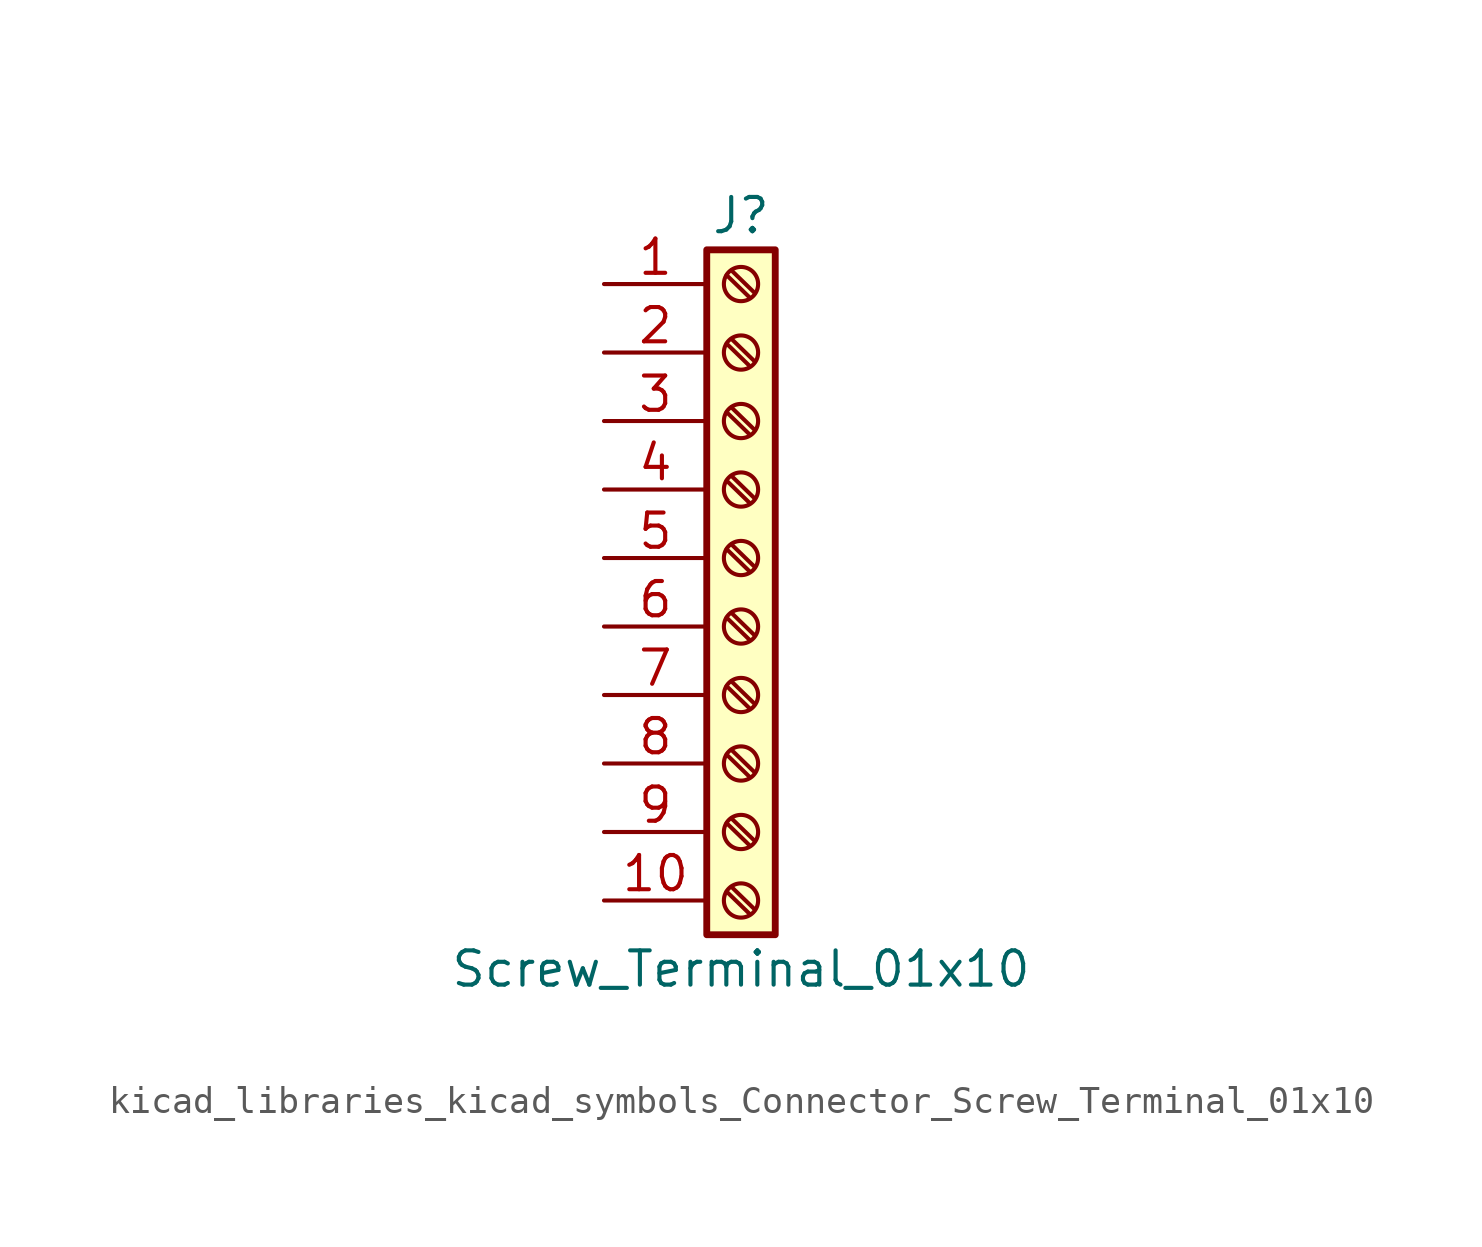
<source format=kicad_sym>
(kicad_symbol_lib
  (version 20220914)
  (generator kicad_symbol_editor)
  (symbol "kicad_libraries_kicad_symbols_Connector_Screw_Terminal_01x10"
    (pin_names
      (offset 1.016) hide)
    (property "Reference" "J"
      (at 0 12.7 0)
      (effects (font (size 1.27 1.27))))
    (property "Value" "Screw_Terminal_01x10"
      (at 0 -15.24 0)
      (effects (font (size 1.27 1.27))))
    (symbol "kicad_libraries_kicad_symbols_Connector_Screw_Terminal_01x10_1_1"
      (rectangle (start -1.27 11.43) (end 1.27 -13.97) (stroke (width 0.254) (type default)) (fill (type background)))
      (circle (center 0 -12.7) (radius 0.635) (stroke (width 0.152) (type default)) (fill (type none)))
      (circle (center 0 -10.16) (radius 0.635) (stroke (width 0.152) (type default)) (fill (type none)))
      (circle (center 0 -7.62) (radius 0.635) (stroke (width 0.152) (type default)) (fill (type none)))
      (circle (center 0 -5.08) (radius 0.635) (stroke (width 0.152) (type default)) (fill (type none)))
      (circle (center 0 -2.54) (radius 0.635) (stroke (width 0.152) (type default)) (fill (type none)))
      (polyline (pts (xy -0.533 -12.37) (xy 0.33 -13.208)) (stroke (width 0.152) (type default)) (fill (type none)))
      (polyline (pts (xy -0.533 -9.83) (xy 0.33 -10.668)) (stroke (width 0.152) (type default)) (fill (type none)))
      (polyline (pts (xy -0.533 -7.29) (xy 0.33 -8.128)) (stroke (width 0.152) (type default)) (fill (type none)))
      (polyline (pts (xy -0.533 -4.75) (xy 0.33 -5.588)) (stroke (width 0.152) (type default)) (fill (type none)))
      (polyline (pts (xy -0.533 -2.21) (xy 0.33 -3.048)) (stroke (width 0.152) (type default)) (fill (type none)))
      (polyline (pts (xy -0.533 0.33) (xy 0.33 -0.508)) (stroke (width 0.152) (type default)) (fill (type none)))
      (polyline (pts (xy -0.533 2.87) (xy 0.33 2.032)) (stroke (width 0.152) (type default)) (fill (type none)))
      (polyline (pts (xy -0.533 5.41) (xy 0.33 4.572)) (stroke (width 0.152) (type default)) (fill (type none)))
      (polyline (pts (xy -0.533 7.95) (xy 0.33 7.112)) (stroke (width 0.152) (type default)) (fill (type none)))
      (polyline (pts (xy -0.533 10.49) (xy 0.33 9.652)) (stroke (width 0.152) (type default)) (fill (type none)))
      (polyline (pts (xy -0.356 -12.192) (xy 0.508 -13.03)) (stroke (width 0.152) (type default)) (fill (type none)))
      (polyline (pts (xy -0.356 -9.652) (xy 0.508 -10.49)) (stroke (width 0.152) (type default)) (fill (type none)))
      (polyline (pts (xy -0.356 -7.112) (xy 0.508 -7.95)) (stroke (width 0.152) (type default)) (fill (type none)))
      (polyline (pts (xy -0.356 -4.572) (xy 0.508 -5.41)) (stroke (width 0.152) (type default)) (fill (type none)))
      (polyline (pts (xy -0.356 -2.032) (xy 0.508 -2.87)) (stroke (width 0.152) (type default)) (fill (type none)))
      (polyline (pts (xy -0.356 0.508) (xy 0.508 -0.33)) (stroke (width 0.152) (type default)) (fill (type none)))
      (polyline (pts (xy -0.356 3.048) (xy 0.508 2.21)) (stroke (width 0.152) (type default)) (fill (type none)))
      (polyline (pts (xy -0.356 5.588) (xy 0.508 4.75)) (stroke (width 0.152) (type default)) (fill (type none)))
      (polyline (pts (xy -0.356 8.128) (xy 0.508 7.29)) (stroke (width 0.152) (type default)) (fill (type none)))
      (polyline (pts (xy -0.356 10.668) (xy 0.508 9.83)) (stroke (width 0.152) (type default)) (fill (type none)))
      (circle (center 0 0) (radius 0.635) (stroke (width 0.152) (type default)) (fill (type none)))
      (circle (center 0 2.54) (radius 0.635) (stroke (width 0.152) (type default)) (fill (type none)))
      (circle (center 0 5.08) (radius 0.635) (stroke (width 0.152) (type default)) (fill (type none)))
      (circle (center 0 7.62) (radius 0.635) (stroke (width 0.152) (type default)) (fill (type none)))
      (circle (center 0 10.16) (radius 0.635) (stroke (width 0.152) (type default)) (fill (type none)))
      (pin passive line (at -5.08 10.16 0) (length 3.81) (name "Pin_1" (effects (font (size 1.27 1.27)))) (number "1" (effects (font (size 1.27 1.27)))))
      (pin passive line (at -5.08 -12.7 0) (length 3.81) (name "Pin_10" (effects (font (size 1.27 1.27)))) (number "10" (effects (font (size 1.27 1.27)))))
      (pin passive line (at -5.08 7.62 0) (length 3.81) (name "Pin_2" (effects (font (size 1.27 1.27)))) (number "2" (effects (font (size 1.27 1.27)))))
      (pin passive line (at -5.08 5.08 0) (length 3.81) (name "Pin_3" (effects (font (size 1.27 1.27)))) (number "3" (effects (font (size 1.27 1.27)))))
      (pin passive line (at -5.08 2.54 0) (length 3.81) (name "Pin_4" (effects (font (size 1.27 1.27)))) (number "4" (effects (font (size 1.27 1.27)))))
      (pin passive line (at -5.08 0 0) (length 3.81) (name "Pin_5" (effects (font (size 1.27 1.27)))) (number "5" (effects (font (size 1.27 1.27)))))
      (pin passive line (at -5.08 -2.54 0) (length 3.81) (name "Pin_6" (effects (font (size 1.27 1.27)))) (number "6" (effects (font (size 1.27 1.27)))))
      (pin passive line (at -5.08 -5.08 0) (length 3.81) (name "Pin_7" (effects (font (size 1.27 1.27)))) (number "7" (effects (font (size 1.27 1.27)))))
      (pin passive line (at -5.08 -7.62 0) (length 3.81) (name "Pin_8" (effects (font (size 1.27 1.27)))) (number "8" (effects (font (size 1.27 1.27)))))
      (pin passive line (at -5.08 -10.16 0) (length 3.81) (name "Pin_9" (effects (font (size 1.27 1.27)))) (number "9" (effects (font (size 1.27 1.27))))))))
</source>
